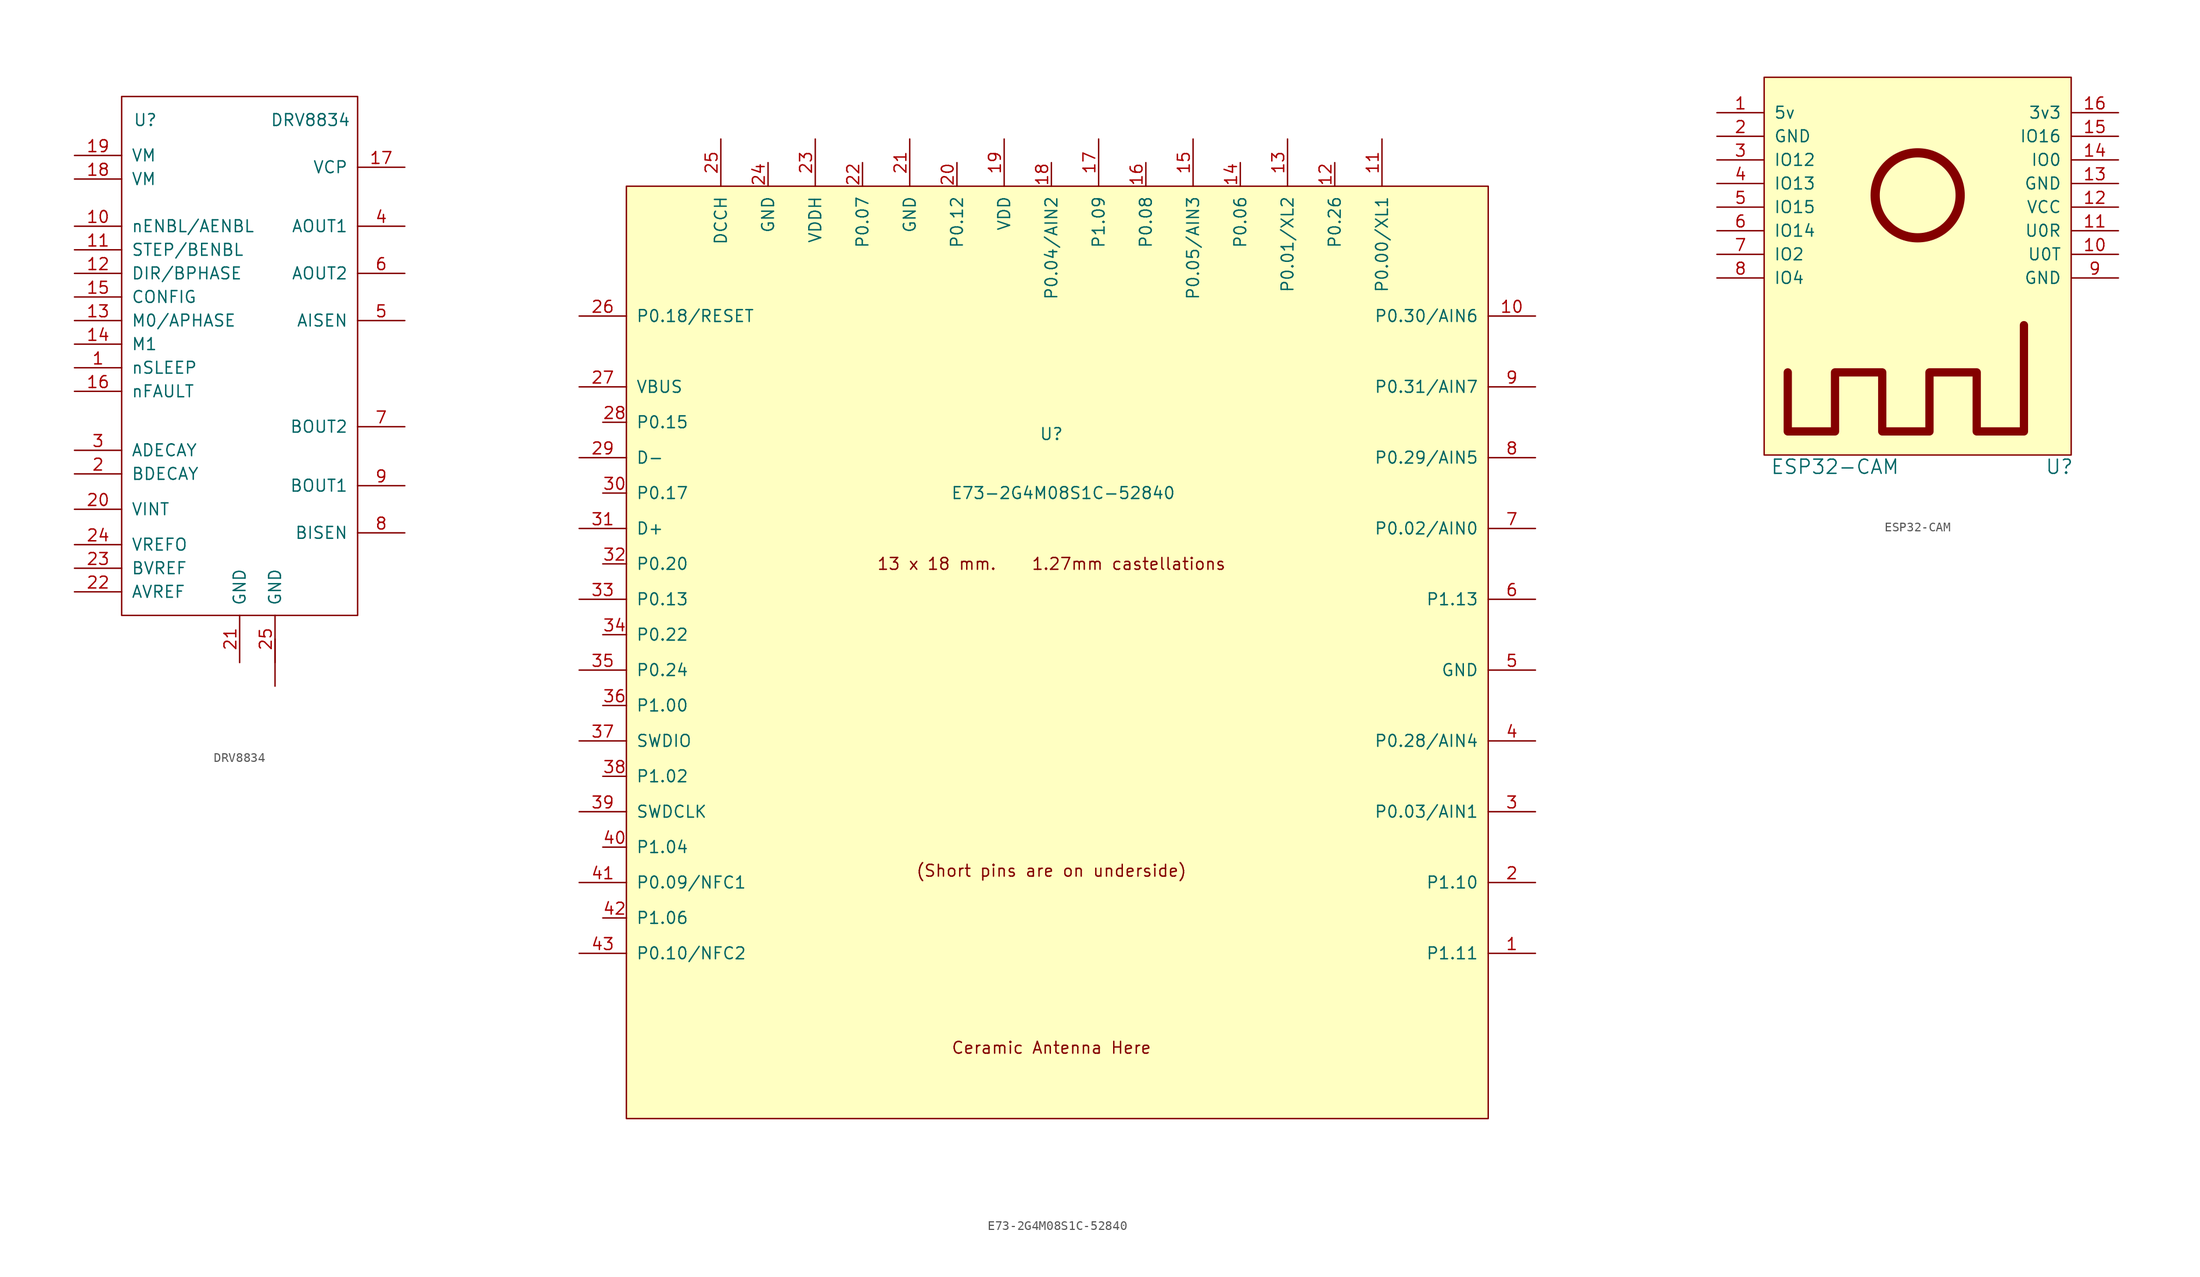
<source format=kicad_sym>
(kicad_symbol_lib
  (version 20231120)
  (generator "kicad_symbol_editor")
  (generator_version "8.0")
  (symbol "DRV8834"
    (pin_names
      (offset 1.016))
    (property "Reference" "U"
      (at -8.89 27.94 0)
      (effects (font (size 1.27 1.27))))
    (property "Value" "DRV8834"
      (at 8.89 27.94 0)
      (effects (font (size 1.27 1.27))))
    (symbol "DRV8834_0_1"
      (rectangle (start -11.43 30.48) (end 13.97 -25.4) (stroke (width 0) (type default)) (fill (type none))))
    (symbol "DRV8834_1_1"
      (pin input line (at -16.51 1.27 0) (length 5.08) (name "nSLEEP" (effects (font (size 1.27 1.27)))) (number "1" (effects (font (size 1.27 1.27)))))
      (pin input line (at -16.51 16.51 0) (length 5.08) (name "nENBL/AENBL" (effects (font (size 1.27 1.27)))) (number "10" (effects (font (size 1.27 1.27)))))
      (pin input line (at -16.51 13.97 0) (length 5.08) (name "STEP/BENBL" (effects (font (size 1.27 1.27)))) (number "11" (effects (font (size 1.27 1.27)))))
      (pin input line (at -16.51 11.43 0) (length 5.08) (name "DIR/BPHASE" (effects (font (size 1.27 1.27)))) (number "12" (effects (font (size 1.27 1.27)))))
      (pin output line (at -16.51 6.35 0) (length 5.08) (name "M0/APHASE" (effects (font (size 1.27 1.27)))) (number "13" (effects (font (size 1.27 1.27)))))
      (pin output line (at -16.51 3.81 0) (length 5.08) (name "M1" (effects (font (size 1.27 1.27)))) (number "14" (effects (font (size 1.27 1.27)))))
      (pin output line (at -16.51 8.89 0) (length 5.08) (name "CONFIG" (effects (font (size 1.27 1.27)))) (number "15" (effects (font (size 1.27 1.27)))))
      (pin output line (at -16.51 -1.27 0) (length 5.08) (name "nFAULT" (effects (font (size 1.27 1.27)))) (number "16" (effects (font (size 1.27 1.27)))))
      (pin power_in line (at 19.05 22.86 180) (length 5.08) (name "VCP" (effects (font (size 1.27 1.27)))) (number "17" (effects (font (size 1.27 1.27)))))
      (pin power_in line (at -16.51 21.59 0) (length 5.08) (name "VM" (effects (font (size 1.27 1.27)))) (number "18" (effects (font (size 1.27 1.27)))))
      (pin power_in line (at -16.51 24.13 0) (length 5.08) (name "VM" (effects (font (size 1.27 1.27)))) (number "19" (effects (font (size 1.27 1.27)))))
      (pin power_out line (at -16.51 -10.16 0) (length 5.08) (name "BDECAY" (effects (font (size 1.27 1.27)))) (number "2" (effects (font (size 1.27 1.27)))))
      (pin power_in line (at -16.51 -13.97 0) (length 5.08) (name "VINT" (effects (font (size 1.27 1.27)))) (number "20" (effects (font (size 1.27 1.27)))))
      (pin power_in line (at 1.27 -30.48 90) (length 5.08) (name "GND" (effects (font (size 1.27 1.27)))) (number "21" (effects (font (size 1.27 1.27)))))
      (pin power_out line (at -16.51 -22.86 0) (length 5.08) (name "AVREF" (effects (font (size 1.27 1.27)))) (number "22" (effects (font (size 1.27 1.27)))))
      (pin power_out line (at -16.51 -20.32 0) (length 5.08) (name "BVREF" (effects (font (size 1.27 1.27)))) (number "23" (effects (font (size 1.27 1.27)))))
      (pin input line (at -16.51 -17.78 0) (length 5.08) (name "VREFO" (effects (font (size 1.27 1.27)))) (number "24" (effects (font (size 1.27 1.27)))))
      (pin output line (at 5.08 -30.48 90) (length 5.08) (name "GND" (effects (font (size 1.27 1.27)))) (number "25" (effects (font (size 1.27 1.27)))))
      (pin power_out line (at -16.51 -7.62 0) (length 5.08) (name "ADECAY" (effects (font (size 1.27 1.27)))) (number "3" (effects (font (size 1.27 1.27)))))
      (pin power_out line (at 19.05 16.51 180) (length 5.08) (name "AOUT1" (effects (font (size 1.27 1.27)))) (number "4" (effects (font (size 1.27 1.27)))))
      (pin input line (at 19.05 6.35 180) (length 5.08) (name "AISEN" (effects (font (size 1.27 1.27)))) (number "5" (effects (font (size 1.27 1.27)))))
      (pin power_out line (at 19.05 11.43 180) (length 5.08) (name "AOUT2" (effects (font (size 1.27 1.27)))) (number "6" (effects (font (size 1.27 1.27)))))
      (pin power_out line (at 19.05 -5.08 180) (length 5.08) (name "BOUT2" (effects (font (size 1.27 1.27)))) (number "7" (effects (font (size 1.27 1.27)))))
      (pin input line (at 19.05 -16.51 180) (length 5.08) (name "BISEN" (effects (font (size 1.27 1.27)))) (number "8" (effects (font (size 1.27 1.27)))))
      (pin power_out line (at 19.05 -11.43 180) (length 5.08) (name "BOUT1" (effects (font (size 1.27 1.27)))) (number "9" (effects (font (size 1.27 1.27)))))
      (pin power_in line (at 5.08 -33.02 90) (length 5.08) (name "~" (effects (font (size 1.27 1.27)))) (number "~" (effects (font (size 1.27 1.27)))))))
  (symbol "E73-2G4M08S1C-52840"
    (pin_names
      (offset 1.016))
    (property "Reference" "U"
      (at 0 46.99 0)
      (effects (font (size 1.27 1.27))))
    (property "Value" "E73-2G4M08S1C-52840"
      (at 1.27 40.64 0)
      (effects (font (size 1.27 1.27))))
    (symbol "E73-2G4M08S1C-52840_0_0"
      (text "(Short pins are on underside)" (at 0 0 0) (effects (font (size 1.27 1.27))))
      (text "13 x 18 mm.    1.27mm castellations" (at 0 33.02 0) (effects (font (size 1.27 1.27))))
      (text "Ceramic Antenna Here" (at 0 -19.05 0) (effects (font (size 1.27 1.27)))))
    (symbol "E73-2G4M08S1C-52840_0_1"
      (rectangle (start -45.72 73.66) (end 46.99 -26.67) (stroke (width 0) (type default)) (fill (type background)))
      (rectangle (start 20.32 73.66) (end 20.32 73.66) (stroke (width 0) (type default)) (fill (type none))))
    (symbol "E73-2G4M08S1C-52840_1_1"
      (pin bidirectional line (at 52.07 -8.89 180) (length 5.08) (name "P1.11" (effects (font (size 1.27 1.27)))) (number "1" (effects (font (size 1.27 1.27)))))
      (pin bidirectional line (at 52.07 59.69 180) (length 5.08) (name "P0.30/AIN6" (effects (font (size 1.27 1.27)))) (number "10" (effects (font (size 1.27 1.27)))))
      (pin bidirectional line (at 35.56 78.74 270) (length 5.08) (name "P0.00/XL1" (effects (font (size 1.27 1.27)))) (number "11" (effects (font (size 1.27 1.27)))))
      (pin bidirectional line (at 30.48 76.2 270) (length 2.54) (name "P0.26" (effects (font (size 1.27 1.27)))) (number "12" (effects (font (size 1.27 1.27)))))
      (pin bidirectional line (at 25.4 78.74 270) (length 5.08) (name "P0.01/XL2" (effects (font (size 1.27 1.27)))) (number "13" (effects (font (size 1.27 1.27)))))
      (pin bidirectional line (at 20.32 76.2 270) (length 2.54) (name "P0.06" (effects (font (size 1.27 1.27)))) (number "14" (effects (font (size 1.27 1.27)))))
      (pin bidirectional line (at 15.24 78.74 270) (length 5.08) (name "P0.05/AIN3" (effects (font (size 1.27 1.27)))) (number "15" (effects (font (size 1.27 1.27)))))
      (pin bidirectional line (at 10.16 76.2 270) (length 2.54) (name "P0.08" (effects (font (size 1.27 1.27)))) (number "16" (effects (font (size 1.27 1.27)))))
      (pin bidirectional line (at 5.08 78.74 270) (length 5.08) (name "P1.09" (effects (font (size 1.27 1.27)))) (number "17" (effects (font (size 1.27 1.27)))))
      (pin bidirectional line (at 0 76.2 270) (length 2.54) (name "P0.04/AIN2" (effects (font (size 1.27 1.27)))) (number "18" (effects (font (size 1.27 1.27)))))
      (pin power_in line (at -5.08 78.74 270) (length 5.08) (name "VDD" (effects (font (size 1.27 1.27)))) (number "19" (effects (font (size 1.27 1.27)))))
      (pin bidirectional line (at 52.07 -1.27 180) (length 5.08) (name "P1.10" (effects (font (size 1.27 1.27)))) (number "2" (effects (font (size 1.27 1.27)))))
      (pin bidirectional line (at -10.16 76.2 270) (length 2.54) (name "P0.12" (effects (font (size 1.27 1.27)))) (number "20" (effects (font (size 1.27 1.27)))))
      (pin power_in line (at -15.24 78.74 270) (length 5.08) (name "GND" (effects (font (size 1.27 1.27)))) (number "21" (effects (font (size 1.27 1.27)))))
      (pin bidirectional line (at -20.32 76.2 270) (length 2.54) (name "P0.07" (effects (font (size 1.27 1.27)))) (number "22" (effects (font (size 1.27 1.27)))))
      (pin bidirectional line (at -25.4 78.74 270) (length 5.08) (name "VDDH" (effects (font (size 1.27 1.27)))) (number "23" (effects (font (size 1.27 1.27)))))
      (pin power_in line (at -30.48 76.2 270) (length 2.54) (name "GND" (effects (font (size 1.27 1.27)))) (number "24" (effects (font (size 1.27 1.27)))))
      (pin bidirectional line (at -35.56 78.74 270) (length 5.08) (name "DCCH" (effects (font (size 1.27 1.27)))) (number "25" (effects (font (size 1.27 1.27)))))
      (pin bidirectional line (at -50.8 59.69 0) (length 5.08) (name "P0.18/RESET" (effects (font (size 1.27 1.27)))) (number "26" (effects (font (size 1.27 1.27)))))
      (pin power_in line (at -50.8 52.07 0) (length 5.08) (name "VBUS" (effects (font (size 1.27 1.27)))) (number "27" (effects (font (size 1.27 1.27)))))
      (pin bidirectional line (at -48.26 48.26 0) (length 2.54) (name "P0.15" (effects (font (size 1.27 1.27)))) (number "28" (effects (font (size 1.27 1.27)))))
      (pin bidirectional line (at -50.8 44.45 0) (length 5.08) (name "D-" (effects (font (size 1.27 1.27)))) (number "29" (effects (font (size 1.27 1.27)))))
      (pin bidirectional line (at 52.07 6.35 180) (length 5.08) (name "P0.03/AIN1" (effects (font (size 1.27 1.27)))) (number "3" (effects (font (size 1.27 1.27)))))
      (pin bidirectional line (at -48.26 40.64 0) (length 2.54) (name "P0.17" (effects (font (size 1.27 1.27)))) (number "30" (effects (font (size 1.27 1.27)))))
      (pin bidirectional line (at -50.8 36.83 0) (length 5.08) (name "D+" (effects (font (size 1.27 1.27)))) (number "31" (effects (font (size 1.27 1.27)))))
      (pin bidirectional line (at -48.26 33.02 0) (length 2.54) (name "P0.20" (effects (font (size 1.27 1.27)))) (number "32" (effects (font (size 1.27 1.27)))))
      (pin bidirectional line (at -50.8 29.21 0) (length 5.08) (name "P0.13" (effects (font (size 1.27 1.27)))) (number "33" (effects (font (size 1.27 1.27)))))
      (pin bidirectional line (at -48.26 25.4 0) (length 2.54) (name "P0.22" (effects (font (size 1.27 1.27)))) (number "34" (effects (font (size 1.27 1.27)))))
      (pin bidirectional line (at -50.8 21.59 0) (length 5.08) (name "P0.24" (effects (font (size 1.27 1.27)))) (number "35" (effects (font (size 1.27 1.27)))))
      (pin bidirectional line (at -48.26 17.78 0) (length 2.54) (name "P1.00" (effects (font (size 1.27 1.27)))) (number "36" (effects (font (size 1.27 1.27)))))
      (pin bidirectional line (at -50.8 13.97 0) (length 5.08) (name "SWDIO" (effects (font (size 1.27 1.27)))) (number "37" (effects (font (size 1.27 1.27)))))
      (pin bidirectional line (at -48.26 10.16 0) (length 2.54) (name "P1.02" (effects (font (size 1.27 1.27)))) (number "38" (effects (font (size 1.27 1.27)))))
      (pin bidirectional line (at -50.8 6.35 0) (length 5.08) (name "SWDCLK" (effects (font (size 1.27 1.27)))) (number "39" (effects (font (size 1.27 1.27)))))
      (pin bidirectional line (at 52.07 13.97 180) (length 5.08) (name "P0.28/AIN4" (effects (font (size 1.27 1.27)))) (number "4" (effects (font (size 1.27 1.27)))))
      (pin bidirectional line (at -48.26 2.54 0) (length 2.54) (name "P1.04" (effects (font (size 1.27 1.27)))) (number "40" (effects (font (size 1.27 1.27)))))
      (pin bidirectional line (at -50.8 -1.27 0) (length 5.08) (name "P0.09/NFC1" (effects (font (size 1.27 1.27)))) (number "41" (effects (font (size 1.27 1.27)))))
      (pin bidirectional line (at -48.26 -5.08 0) (length 2.54) (name "P1.06" (effects (font (size 1.27 1.27)))) (number "42" (effects (font (size 1.27 1.27)))))
      (pin bidirectional line (at -50.8 -8.89 0) (length 5.08) (name "P0.10/NFC2" (effects (font (size 1.27 1.27)))) (number "43" (effects (font (size 1.27 1.27)))))
      (pin power_in line (at 52.07 21.59 180) (length 5.08) (name "GND" (effects (font (size 1.27 1.27)))) (number "5" (effects (font (size 1.27 1.27)))))
      (pin bidirectional line (at 52.07 29.21 180) (length 5.08) (name "P1.13" (effects (font (size 1.27 1.27)))) (number "6" (effects (font (size 1.27 1.27)))))
      (pin bidirectional line (at 52.07 36.83 180) (length 5.08) (name "P0.02/AIN0" (effects (font (size 1.27 1.27)))) (number "7" (effects (font (size 1.27 1.27)))))
      (pin bidirectional line (at 52.07 44.45 180) (length 5.08) (name "P0.29/AIN5" (effects (font (size 1.27 1.27)))) (number "8" (effects (font (size 1.27 1.27)))))
      (pin bidirectional line (at 52.07 52.07 180) (length 5.08) (name "P0.31/AIN7" (effects (font (size 1.27 1.27)))) (number "9" (effects (font (size 1.27 1.27)))))))
  (symbol "ESP32-CAM"
    (pin_names
      (offset 1.016))
    (property "Reference" "U"
      (at 15.24 -29.21 0)
      (effects (font (size 1.524 1.524))))
    (property "Value" "ESP32-CAM"
      (at -8.89 -29.21 0)
      (effects (font (size 1.524 1.524))))
    (symbol "ESP32-CAM_0_1"
      (polyline (pts (xy 11.43 -13.97) (xy 11.43 -25.4) (xy 6.35 -25.4) (xy 6.35 -19.05) (xy 1.27 -19.05) (xy 1.27 -25.4) (xy -3.81 -25.4) (xy -3.81 -19.05) (xy -8.89 -19.05) (xy -8.89 -25.4) (xy -13.97 -25.4) (xy -13.97 -19.05)) (stroke (width 0.889) (type default)) (fill (type none)))
      (circle (center 0 0) (radius 4.572) (stroke (width 0.991) (type default)) (fill (type none)))
      (rectangle (start 16.51 -27.94) (end -16.51 12.7) (stroke (width 0) (type default)) (fill (type background))))
    (symbol "ESP32-CAM_1_1"
      (pin power_in line (at -21.59 8.89 0) (length 5.08) (name "5v" (effects (font (size 1.27 1.27)))) (number "1" (effects (font (size 1.27 1.27)))))
      (pin output line (at 21.59 -6.35 180) (length 5.08) (name "U0T" (effects (font (size 1.27 1.27)))) (number "10" (effects (font (size 1.27 1.27)))))
      (pin input line (at 21.59 -3.81 180) (length 5.08) (name "U0R" (effects (font (size 1.27 1.27)))) (number "11" (effects (font (size 1.27 1.27)))))
      (pin power_in line (at 21.59 -1.27 180) (length 5.08) (name "VCC" (effects (font (size 1.27 1.27)))) (number "12" (effects (font (size 1.27 1.27)))))
      (pin power_in line (at 21.59 1.27 180) (length 5.08) (name "GND" (effects (font (size 1.27 1.27)))) (number "13" (effects (font (size 1.27 1.27)))))
      (pin bidirectional line (at 21.59 3.81 180) (length 5.08) (name "IO0" (effects (font (size 1.27 1.27)))) (number "14" (effects (font (size 1.27 1.27)))))
      (pin bidirectional line (at 21.59 6.35 180) (length 5.08) (name "IO16" (effects (font (size 1.27 1.27)))) (number "15" (effects (font (size 1.27 1.27)))))
      (pin power_in line (at 21.59 8.89 180) (length 5.08) (name "3v3" (effects (font (size 1.27 1.27)))) (number "16" (effects (font (size 1.27 1.27)))))
      (pin power_in line (at -21.59 6.35 0) (length 5.08) (name "GND" (effects (font (size 1.27 1.27)))) (number "2" (effects (font (size 1.27 1.27)))))
      (pin bidirectional line (at -21.59 3.81 0) (length 5.08) (name "IO12" (effects (font (size 1.27 1.27)))) (number "3" (effects (font (size 1.27 1.27)))))
      (pin bidirectional line (at -21.59 1.27 0) (length 5.08) (name "IO13" (effects (font (size 1.27 1.27)))) (number "4" (effects (font (size 1.27 1.27)))))
      (pin bidirectional line (at -21.59 -1.27 0) (length 5.08) (name "IO15" (effects (font (size 1.27 1.27)))) (number "5" (effects (font (size 1.27 1.27)))))
      (pin bidirectional line (at -21.59 -3.81 0) (length 5.08) (name "IO14" (effects (font (size 1.27 1.27)))) (number "6" (effects (font (size 1.27 1.27)))))
      (pin bidirectional line (at -21.59 -6.35 0) (length 5.08) (name "IO2" (effects (font (size 1.27 1.27)))) (number "7" (effects (font (size 1.27 1.27)))))
      (pin bidirectional line (at -21.59 -8.89 0) (length 5.08) (name "IO4" (effects (font (size 1.27 1.27)))) (number "8" (effects (font (size 1.27 1.27)))))
      (pin power_in line (at 21.59 -8.89 180) (length 5.08) (name "GND" (effects (font (size 1.27 1.27)))) (number "9" (effects (font (size 1.27 1.27))))))))
</source>
